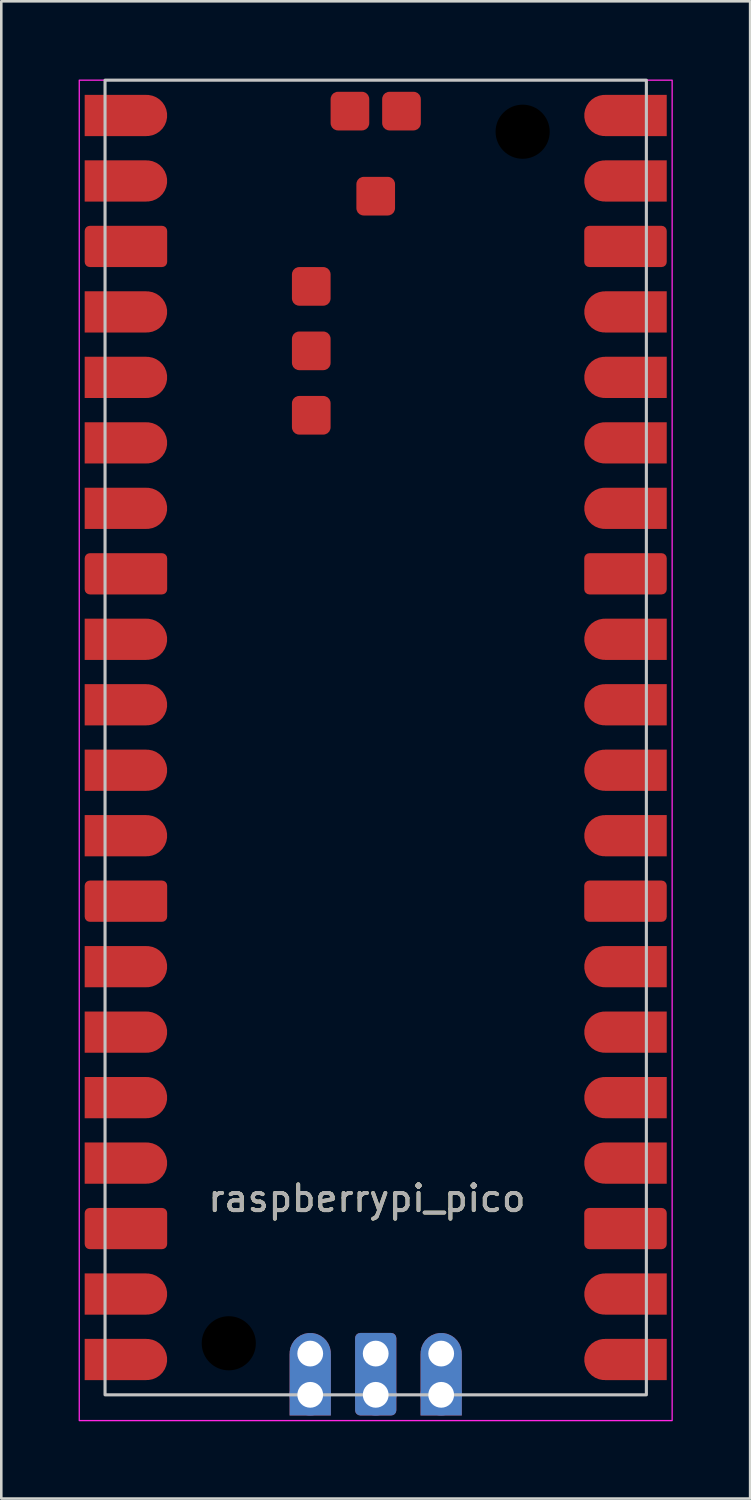
<source format=kicad_pcb>
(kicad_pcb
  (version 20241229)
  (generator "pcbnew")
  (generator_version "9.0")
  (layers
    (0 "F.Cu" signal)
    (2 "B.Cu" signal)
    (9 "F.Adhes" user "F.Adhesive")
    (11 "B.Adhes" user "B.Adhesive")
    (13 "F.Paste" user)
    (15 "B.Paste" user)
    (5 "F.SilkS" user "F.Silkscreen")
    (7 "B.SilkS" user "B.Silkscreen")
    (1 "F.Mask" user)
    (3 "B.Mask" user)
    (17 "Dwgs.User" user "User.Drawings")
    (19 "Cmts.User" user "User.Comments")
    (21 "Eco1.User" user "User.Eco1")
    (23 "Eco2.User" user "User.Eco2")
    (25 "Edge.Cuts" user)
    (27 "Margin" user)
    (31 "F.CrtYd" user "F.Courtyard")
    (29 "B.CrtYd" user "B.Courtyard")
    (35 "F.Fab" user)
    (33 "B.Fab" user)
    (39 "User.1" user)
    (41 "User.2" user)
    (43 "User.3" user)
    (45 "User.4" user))
  (footprint "raspberrypi_pico"
    (layer "F.Cu")
    (at 1.025 51.06)
    (property "Reference" "raspberrypi_pico" (at 10.16 -7.62 0) (unlocked yes) (layer "F.SilkS") (effects (font (size 1 1) (thickness 0.15))))
    (fp_rect (start 0 0) (end 21 -51) (stroke (width 0.12) (type solid)) (fill no) (layer "Dwgs.User"))
    (fp_rect (start -1 1) (end 22 -51) (stroke (width 0.05) (type solid)) (fill no) (layer "F.CrtYd"))
    (fp_text user "${REFERENCE}" (at 10.16 -7.62 0) (unlocked yes) (layer "F.Fab") (effects (font (size 1 1) (thickness 0.15))))
    (pad "" np_thru_hole circle (at 4.8 -2 90) (size 3.8 3.8) (drill 2.1) (layers "*.Mask"))
    (pad "" np_thru_hole circle (at 16.2 -49 90) (size 3.8 3.8) (drill 2.1) (layers "*.Mask"))
    (pad "1" smd custom (at 0.41 -49.63) (size 2.4 1.6) (layers "F.Cu" "F.Mask" "F.Paste") (options (anchor rect)) (primitives (gr_circle (center 1.2 0) (end 2 0) (width 0) (fill yes))))
    (pad "2" smd custom (at 0.41 -47.09) (size 2.4 1.6) (layers "F.Cu" "F.Mask" "F.Paste") (options (anchor rect)) (primitives (gr_circle (center 1.2 0) (end 2 0) (width 0) (fill yes))))
    (pad "3" smd roundrect (at 0.81 -44.55) (size 3.2 1.6) (layers "F.Cu" "F.Mask" "F.Paste") (roundrect_rratio 0.125))
    (pad "4" smd custom (at 0.41 -42.01) (size 2.4 1.6) (layers "F.Cu" "F.Mask" "F.Paste") (options (anchor rect)) (primitives (gr_circle (center 1.2 0) (end 2 0) (width 0) (fill yes))))
    (pad "5" smd custom (at 0.41 -39.47) (size 2.4 1.6) (layers "F.Cu" "F.Mask" "F.Paste") (options (anchor rect)) (primitives (gr_circle (center 1.2 0) (end 2 0) (width 0) (fill yes))))
    (pad "6" smd custom (at 0.41 -36.93) (size 2.4 1.6) (layers "F.Cu" "F.Mask" "F.Paste") (options (anchor rect)) (primitives (gr_circle (center 1.2 0) (end 2 0) (width 0) (fill yes))))
    (pad "7" smd custom (at 0.41 -34.39) (size 2.4 1.6) (layers "F.Cu" "F.Mask" "F.Paste") (options (anchor rect)) (primitives (gr_circle (center 1.2 0) (end 2 0) (width 0) (fill yes))))
    (pad "8" smd roundrect (at 0.81 -31.85) (size 3.2 1.6) (layers "F.Cu" "F.Mask" "F.Paste") (roundrect_rratio 0.125))
    (pad "9" smd custom (at 0.41 -29.31) (size 2.4 1.6) (layers "F.Cu" "F.Mask" "F.Paste") (options (anchor rect)) (primitives (gr_circle (center 1.2 0) (end 2 0) (width 0) (fill yes))))
    (pad "10" smd custom (at 0.41 -26.77) (size 2.4 1.6) (layers "F.Cu" "F.Mask" "F.Paste") (options (anchor rect)) (primitives (gr_circle (center 1.2 0) (end 2 0) (width 0) (fill yes))))
    (pad "11" smd custom (at 0.41 -24.23) (size 2.4 1.6) (layers "F.Cu" "F.Mask" "F.Paste") (options (anchor rect)) (primitives (gr_circle (center 1.2 0) (end 2 0) (width 0) (fill yes))))
    (pad "12" smd custom (at 0.41 -21.69) (size 2.4 1.6) (layers "F.Cu" "F.Mask" "F.Paste") (options (anchor rect)) (primitives (gr_circle (center 1.2 0) (end 2 0) (width 0) (fill yes))))
    (pad "13" smd roundrect (at 0.81 -19.15) (size 3.2 1.6) (layers "F.Cu" "F.Mask" "F.Paste") (roundrect_rratio 0.125))
    (pad "14" smd custom (at 0.41 -16.61) (size 2.4 1.6) (layers "F.Cu" "F.Mask" "F.Paste") (options (anchor rect)) (primitives (gr_circle (center 1.2 0) (end 2 0) (width 0) (fill yes))))
    (pad "15" smd custom (at 0.41 -14.07) (size 2.4 1.6) (layers "F.Cu" "F.Mask" "F.Paste") (options (anchor rect)) (primitives (gr_circle (center 1.2 0) (end 2 0) (width 0) (fill yes))))
    (pad "16" smd custom (at 0.41 -11.53) (size 2.4 1.6) (layers "F.Cu" "F.Mask" "F.Paste") (options (anchor rect)) (primitives (gr_circle (center 1.2 0) (end 2 0) (width 0) (fill yes))))
    (pad "17" smd custom (at 0.41 -8.99) (size 2.4 1.6) (layers "F.Cu" "F.Mask" "F.Paste") (options (anchor rect)) (primitives (gr_circle (center 1.2 0) (end 2 0) (width 0) (fill yes))))
    (pad "18" smd roundrect (at 0.81 -6.45) (size 3.2 1.6) (layers "F.Cu" "F.Mask" "F.Paste") (roundrect_rratio 0.125))
    (pad "19" smd custom (at 0.41 -3.91) (size 2.4 1.6) (layers "F.Cu" "F.Mask" "F.Paste") (options (anchor rect)) (primitives (gr_circle (center 1.2 0) (end 2 0) (width 0) (fill yes))))
    (pad "20" smd custom (at 0.41 -1.37) (size 2.4 1.6) (layers "F.Cu" "F.Mask" "F.Paste") (options (anchor rect)) (primitives (gr_circle (center 1.2 0) (end 2 0) (width 0) (fill yes))))
    (pad "21" smd custom (at 20.59 -1.37 180) (size 2.4 1.6) (layers "F.Cu" "F.Mask" "F.Paste") (options (anchor rect)) (primitives (gr_circle (center 1.2 0) (end 2 0) (width 0) (fill yes))))
    (pad "22" smd custom (at 20.59 -3.91 180) (size 2.4 1.6) (layers "F.Cu" "F.Mask" "F.Paste") (options (anchor rect)) (primitives (gr_circle (center 1.2 0) (end 2 0) (width 0) (fill yes))))
    (pad "23" smd roundrect (at 20.19 -6.45 180) (size 3.2 1.6) (layers "F.Cu" "F.Mask" "F.Paste") (roundrect_rratio 0.125))
    (pad "24" smd custom (at 20.59 -8.99 180) (size 2.4 1.6) (layers "F.Cu" "F.Mask" "F.Paste") (options (anchor rect)) (primitives (gr_circle (center 1.2 0) (end 2 0) (width 0) (fill yes))))
    (pad "25" smd custom (at 20.59 -11.53 180) (size 2.4 1.6) (layers "F.Cu" "F.Mask" "F.Paste") (options (anchor rect)) (primitives (gr_circle (center 1.2 0) (end 2 0) (width 0) (fill yes))))
    (pad "26" smd custom (at 20.59 -14.07 180) (size 2.4 1.6) (layers "F.Cu" "F.Mask" "F.Paste") (options (anchor rect)) (primitives (gr_circle (center 1.2 0) (end 2 0) (width 0) (fill yes))))
    (pad "27" smd custom (at 20.59 -16.61 180) (size 2.4 1.6) (layers "F.Cu" "F.Mask" "F.Paste") (options (anchor rect)) (primitives (gr_circle (center 1.2 0) (end 2 0) (width 0) (fill yes))))
    (pad "28" smd roundrect (at 20.19 -19.15 180) (size 3.2 1.6) (layers "F.Cu" "F.Mask" "F.Paste") (roundrect_rratio 0.125))
    (pad "29" smd custom (at 20.59 -21.69 180) (size 2.4 1.6) (layers "F.Cu" "F.Mask" "F.Paste") (options (anchor rect)) (primitives (gr_circle (center 1.2 0) (end 2 0) (width 0) (fill yes))))
    (pad "30" smd custom (at 20.59 -24.23 180) (size 2.4 1.6) (layers "F.Cu" "F.Mask" "F.Paste") (options (anchor rect)) (primitives (gr_circle (center 1.2 0) (end 2 0) (width 0) (fill yes))))
    (pad "31" smd custom (at 20.59 -26.77 180) (size 2.4 1.6) (layers "F.Cu" "F.Mask" "F.Paste") (options (anchor rect)) (primitives (gr_circle (center 1.2 0) (end 2 0) (width 0) (fill yes))))
    (pad "32" smd custom (at 20.59 -29.31 180) (size 2.4 1.6) (layers "F.Cu" "F.Mask" "F.Paste") (options (anchor rect)) (primitives (gr_circle (center 1.2 0) (end 2 0) (width 0) (fill yes))))
    (pad "33" smd roundrect (at 20.19 -31.85 180) (size 3.2 1.6) (layers "F.Cu" "F.Mask" "F.Paste") (roundrect_rratio 0.125))
    (pad "34" smd custom (at 20.59 -34.39 180) (size 2.4 1.6) (layers "F.Cu" "F.Mask" "F.Paste") (options (anchor rect)) (primitives (gr_circle (center 1.2 0) (end 2 0) (width 0) (fill yes))))
    (pad "35" smd custom (at 20.59 -36.93 180) (size 2.4 1.6) (layers "F.Cu" "F.Mask" "F.Paste") (options (anchor rect)) (primitives (gr_circle (center 1.2 0) (end 2 0) (width 0) (fill yes))))
    (pad "36" smd custom (at 20.59 -39.47 180) (size 2.4 1.6) (layers "F.Cu" "F.Mask" "F.Paste") (options (anchor rect)) (primitives (gr_circle (center 1.2 0) (end 2 0) (width 0) (fill yes))))
    (pad "37" smd custom (at 20.59 -42.01 180) (size 2.4 1.6) (layers "F.Cu" "F.Mask" "F.Paste") (options (anchor rect)) (primitives (gr_circle (center 1.2 0) (end 2 0) (width 0) (fill yes))))
    (pad "38" smd roundrect (at 20.19 -44.55 180) (size 3.2 1.6) (layers "F.Cu" "F.Mask" "F.Paste") (roundrect_rratio 0.125))
    (pad "39" smd custom (at 20.59 -47.09 180) (size 2.4 1.6) (layers "F.Cu" "F.Mask" "F.Paste") (options (anchor rect)) (primitives (gr_circle (center 1.2 0) (end 2 0) (width 0) (fill yes))))
    (pad "40" smd custom (at 20.59 -49.63 180) (size 2.4 1.6) (layers "F.Cu" "F.Mask" "F.Paste") (options (anchor rect)) (primitives (gr_circle (center 1.2 0) (end 2 0) (width 0) (fill yes))))
    (pad "D1" thru_hole custom (at 7.96 -1.6) (size 1.6 1.6) (drill 1) (layers "*.Cu" "*.Mask") (options (anchor circle)) (primitives (gr_poly (pts (xy 0.8 2.4) (xy -0.8 2.4) (xy -0.8 0) (xy 0.8 0)) (width 0) (fill yes))))
    (pad "D1" thru_hole circle (at 7.96 0) (size 1.6 1.6) (drill 1) (layers "*.Cu" "*.Mask"))
    (pad "D2" thru_hole roundrect (at 10.5 -1.6 90) (size 3.2 1.6) (drill 1 (offset -0.8 0)) (layers "*.Cu" "*.Mask") (roundrect_rratio 0.125))
    (pad "D2" thru_hole circle (at 10.5 0) (size 1.6 1.6) (drill 1) (layers "*.Cu" "*.Mask"))
    (pad "D3" thru_hole custom (at 13.04 -1.6) (size 1.6 1.6) (drill 1) (layers "*.Cu" "*.Mask") (options (anchor circle)) (primitives (gr_poly (pts (xy 0.8 2.4) (xy -0.8 2.4) (xy -0.8 0) (xy 0.8 0)) (width 0) (fill yes))))
    (pad "D3" thru_hole circle (at 13.04 0) (size 1.6 1.6) (drill 1) (layers "*.Cu" "*.Mask"))
    (pad "TP1" smd roundrect (at 10.5 -46.5 90) (size 1.5 1.5) (layers "F.Cu" "F.Mask" "F.Paste") (roundrect_rratio 0.188))
    (pad "TP2" smd roundrect (at 11.5 -49.8 180) (size 1.5 1.5) (layers "F.Cu" "F.Mask" "F.Paste") (roundrect_rratio 0.188))
    (pad "TP3" smd roundrect (at 9.5 -49.8 90) (size 1.5 1.5) (layers "F.Cu" "F.Mask" "F.Paste") (roundrect_rratio 0.188))
    (pad "TP4" smd roundrect (at 8 -43 90) (size 1.5 1.5) (layers "F.Cu" "F.Mask" "F.Paste") (roundrect_rratio 0.188))
    (pad "TP5" smd roundrect (at 8 -40.5 90) (size 1.5 1.5) (layers "F.Cu" "F.Mask" "F.Paste") (roundrect_rratio 0.188))
    (pad "TP6" smd roundrect (at 8 -38 90) (size 1.5 1.5) (layers "F.Cu" "F.Mask" "F.Paste") (roundrect_rratio 0.188)))
  (gr_rect
    (start -3 -3)
    (end 26.05 55.085)
    (stroke (width 0.1) (type default))
    (fill no)
    (layer "Edge.Cuts")))
</source>
